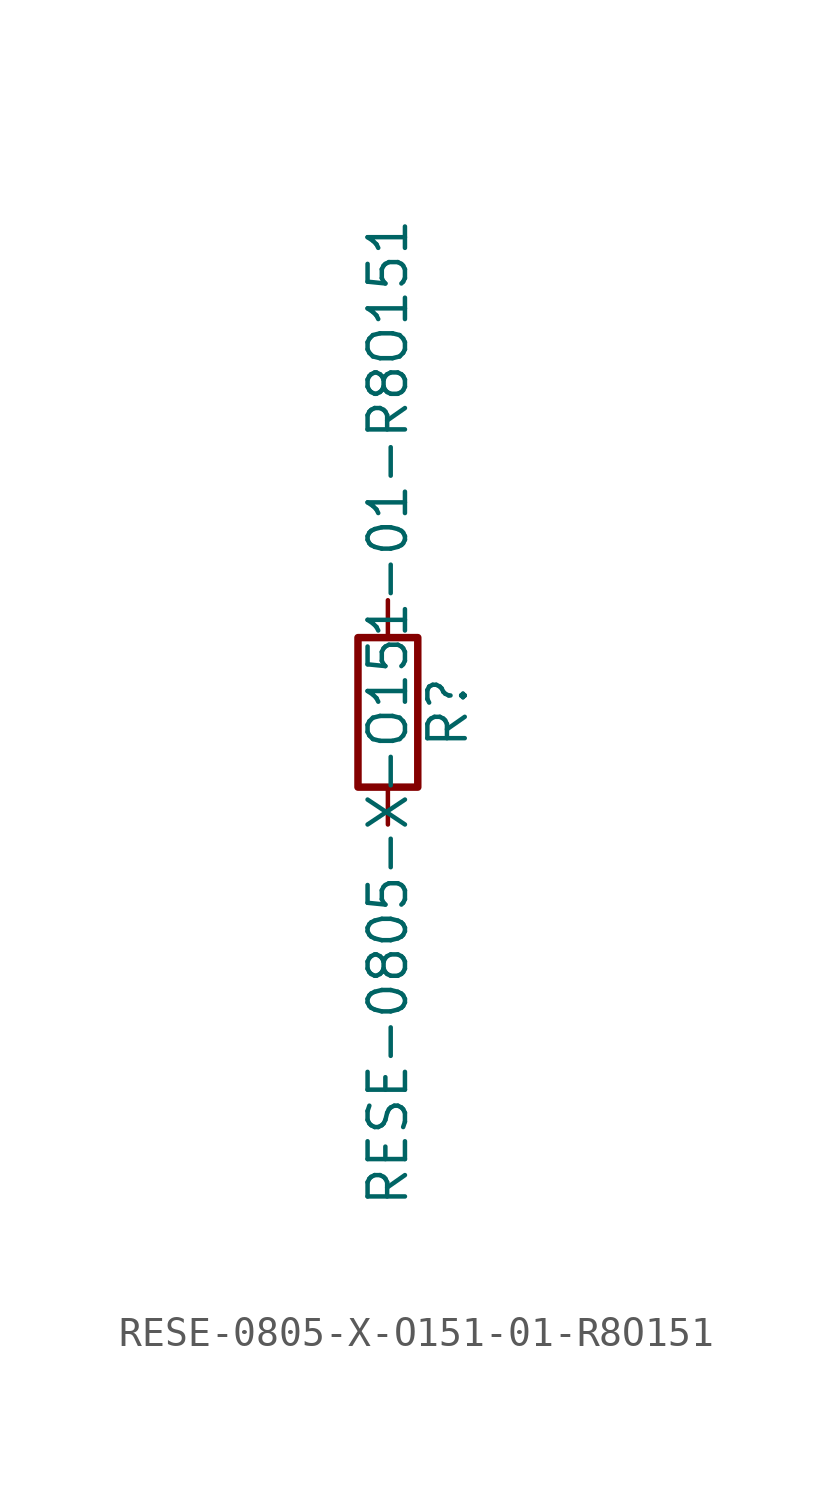
<source format=kicad_sym>
(kicad_symbol_lib
  (version 20211014)
  (generator kicad_symbol_editor)
  (symbol "RESE-0805-X-O151-01-R8O151"
    (pin_numbers hide)
    (pin_names
      (offset 0))
    (property "Reference" "R"
      (at 2.032 0 90)
      (effects (font (size 1.27 1.27))))
    (property "Value" "RESE-0805-X-O151-01-R8O151"
      (at 0 0 90)
      (effects (font (size 1.27 1.27))))
    (symbol "RESE-0805-X-O151-01-R8O151_0_1"
      (rectangle (start -1.016 -2.54) (end 1.016 2.54) (stroke (width 0.254) (type default) (color 0 0 0 0)) (fill (type none))))
    (symbol "RESE-0805-X-O151-01-R8O151_1_1"
      (pin passive line (at 0 3.81 270) (length 1.27) (name "~" (effects (font (size 1.27 1.27)))) (number "1" (effects (font (size 1.27 1.27)))))
      (pin passive line (at 0 -3.81 90) (length 1.27) (name "~" (effects (font (size 1.27 1.27)))) (number "2" (effects (font (size 1.27 1.27))))))))
</source>
